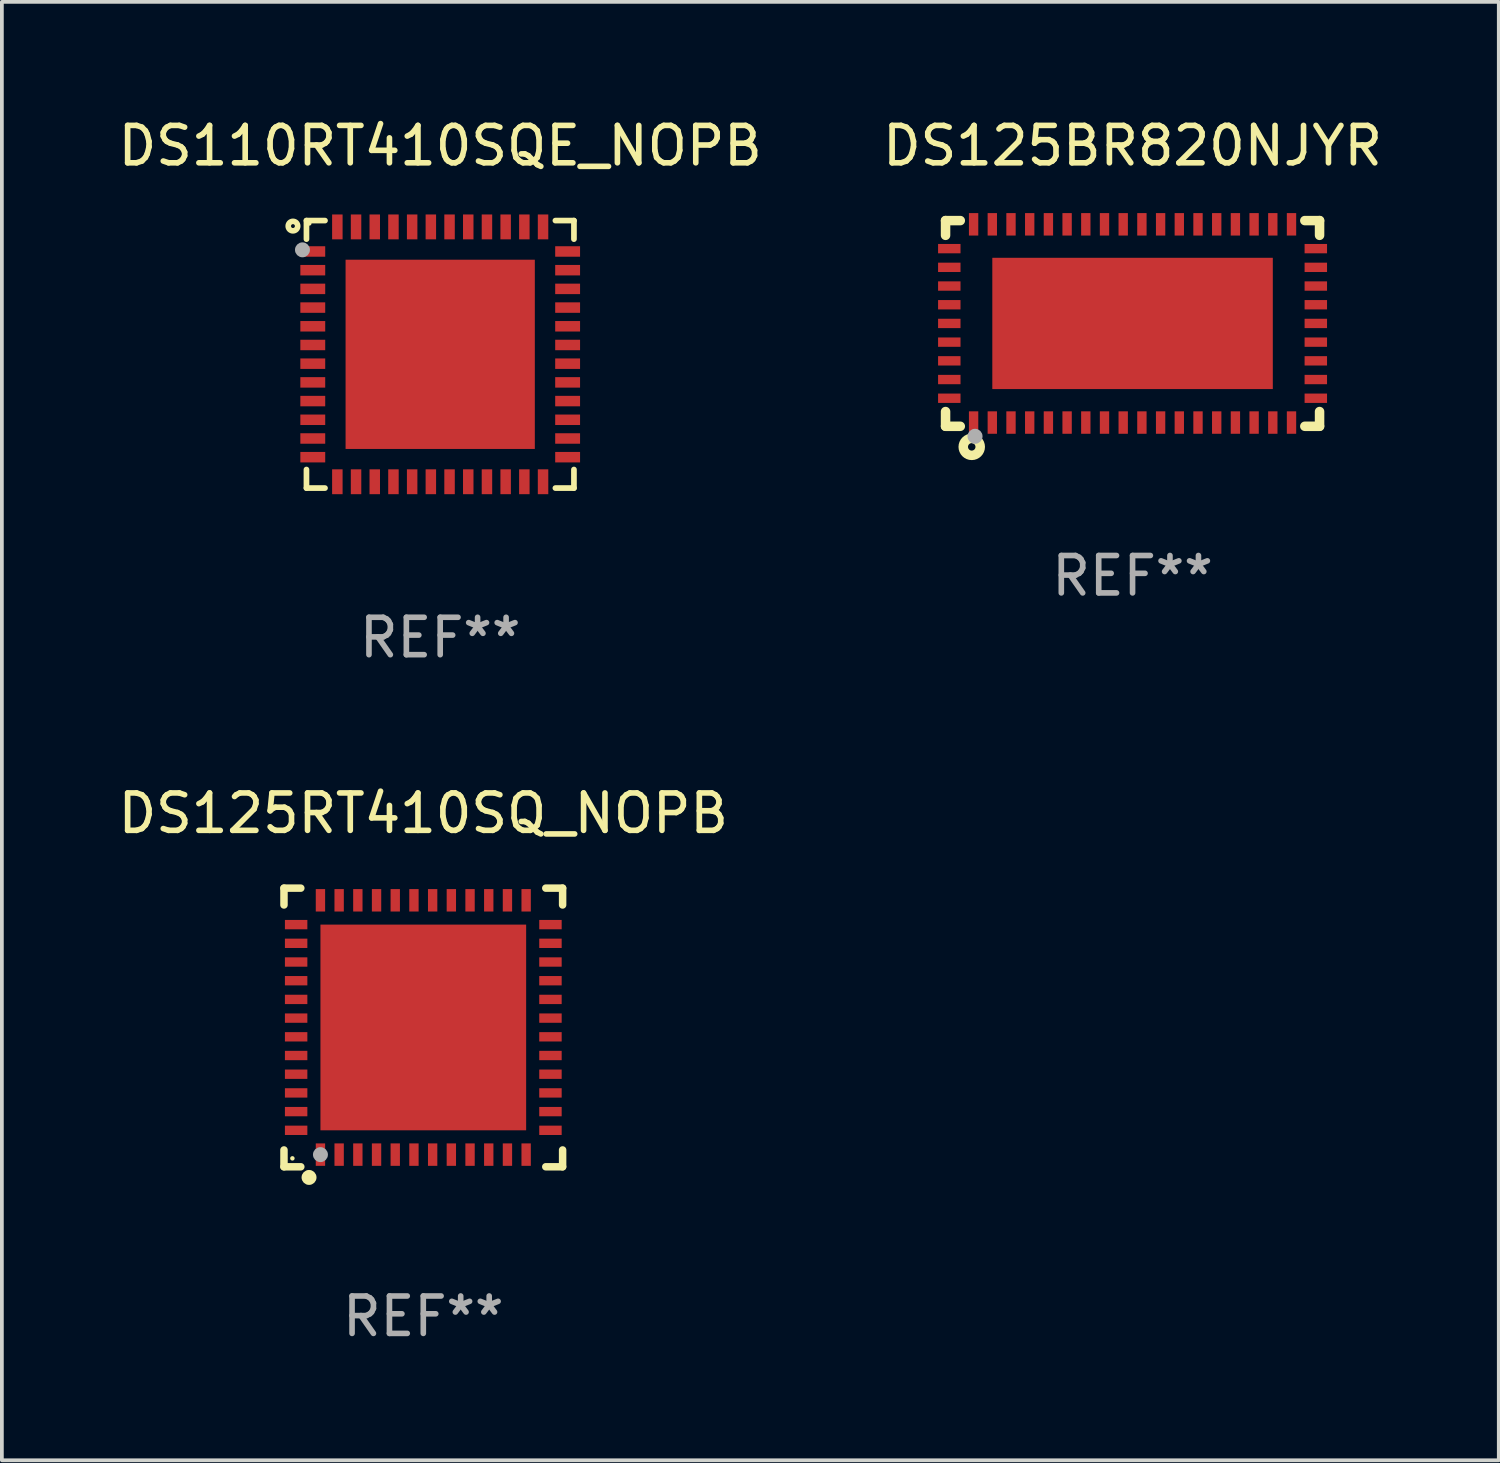
<source format=kicad_pcb>
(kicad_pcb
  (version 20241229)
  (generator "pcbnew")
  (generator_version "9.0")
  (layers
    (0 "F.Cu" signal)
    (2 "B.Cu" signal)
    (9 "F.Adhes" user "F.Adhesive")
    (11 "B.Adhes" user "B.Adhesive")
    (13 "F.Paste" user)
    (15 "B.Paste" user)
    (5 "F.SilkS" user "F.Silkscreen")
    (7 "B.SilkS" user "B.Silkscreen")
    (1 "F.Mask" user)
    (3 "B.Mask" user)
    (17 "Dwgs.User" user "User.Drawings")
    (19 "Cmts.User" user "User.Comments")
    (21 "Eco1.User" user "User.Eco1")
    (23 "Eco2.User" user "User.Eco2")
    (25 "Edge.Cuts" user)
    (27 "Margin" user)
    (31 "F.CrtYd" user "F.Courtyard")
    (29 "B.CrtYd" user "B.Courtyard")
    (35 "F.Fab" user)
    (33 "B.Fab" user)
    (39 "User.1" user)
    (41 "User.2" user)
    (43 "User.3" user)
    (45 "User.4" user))
  (footprint "DS110RT410SQE_NOPB"
    (layer "F.Cu")
    (at 8.72 6.424)
    (property "Reference" "DS110RT410SQE_NOPB" (at 0 -5.576 0) (layer "F.SilkS") (effects (font (size 1 1) (thickness 0.15))))
    (attr through_hole)
    (fp_line (start -3.576 -3.576) (end -3.576 -3.08) (stroke (width 0.152) (type solid)) (layer "F.SilkS"))
    (fp_line (start -3.576 3.576) (end -3.576 3.08) (stroke (width 0.152) (type solid)) (layer "F.SilkS"))
    (fp_line (start -3.08 -3.576) (end -3.576 -3.576) (stroke (width 0.152) (type solid)) (layer "F.SilkS"))
    (fp_line (start -3.08 3.576) (end -3.576 3.576) (stroke (width 0.152) (type solid)) (layer "F.SilkS"))
    (fp_line (start 3.08 -3.576) (end 3.576 -3.576) (stroke (width 0.152) (type solid)) (layer "F.SilkS"))
    (fp_line (start 3.08 3.576) (end 3.576 3.576) (stroke (width 0.152) (type solid)) (layer "F.SilkS"))
    (fp_line (start 3.576 -3.576) (end 3.576 -3.08) (stroke (width 0.152) (type solid)) (layer "F.SilkS"))
    (fp_line (start 3.576 3.576) (end 3.576 3.08) (stroke (width 0.152) (type solid)) (layer "F.SilkS"))
    (fp_circle (center -3.937 -3.429) (end -3.81 -3.429) (stroke (width 0.15) (type solid)) (fill no) (layer "F.SilkS"))
    (fp_circle (center -3.5 -3.5) (end -3.47 -3.5) (stroke (width 0.06) (type solid)) (fill no) (layer "F.SilkS"))
    (fp_circle (center -3.683 -2.794) (end -3.583 -2.794) (stroke (width 0.2) (type solid)) (fill no) (layer "F.Fab"))
    (fp_text user "REF**" (at 0 7.576 0) (layer "F.Fab") (effects (font (size 1 1) (thickness 0.15))))
    (pad "1" smd rect (at -3.407 -2.75) (size 0.665 0.28) (layers "F.Cu" "F.Mask" "F.Paste"))
    (pad "2" smd rect (at -3.407 -2.25) (size 0.665 0.28) (layers "F.Cu" "F.Mask" "F.Paste"))
    (pad "3" smd rect (at -3.407 -1.75) (size 0.665 0.28) (layers "F.Cu" "F.Mask" "F.Paste"))
    (pad "4" smd rect (at -3.407 -1.25) (size 0.665 0.28) (layers "F.Cu" "F.Mask" "F.Paste"))
    (pad "5" smd rect (at -3.407 -0.75) (size 0.665 0.28) (layers "F.Cu" "F.Mask" "F.Paste"))
    (pad "6" smd rect (at -3.407 -0.25) (size 0.665 0.28) (layers "F.Cu" "F.Mask" "F.Paste"))
    (pad "7" smd rect (at -3.407 0.25) (size 0.665 0.28) (layers "F.Cu" "F.Mask" "F.Paste"))
    (pad "8" smd rect (at -3.407 0.75) (size 0.665 0.28) (layers "F.Cu" "F.Mask" "F.Paste"))
    (pad "9" smd rect (at -3.407 1.25) (size 0.665 0.28) (layers "F.Cu" "F.Mask" "F.Paste"))
    (pad "10" smd rect (at -3.407 1.75) (size 0.665 0.28) (layers "F.Cu" "F.Mask" "F.Paste"))
    (pad "11" smd rect (at -3.407 2.25) (size 0.665 0.28) (layers "F.Cu" "F.Mask" "F.Paste"))
    (pad "12" smd rect (at -3.407 2.75) (size 0.665 0.28) (layers "F.Cu" "F.Mask" "F.Paste"))
    (pad "13" smd rect (at -2.75 3.407) (size 0.28 0.665) (layers "F.Cu" "F.Mask" "F.Paste"))
    (pad "14" smd rect (at -2.25 3.407) (size 0.28 0.665) (layers "F.Cu" "F.Mask" "F.Paste"))
    (pad "15" smd rect (at -1.75 3.407) (size 0.28 0.665) (layers "F.Cu" "F.Mask" "F.Paste"))
    (pad "16" smd rect (at -1.25 3.407) (size 0.28 0.665) (layers "F.Cu" "F.Mask" "F.Paste"))
    (pad "17" smd rect (at -0.75 3.407) (size 0.28 0.665) (layers "F.Cu" "F.Mask" "F.Paste"))
    (pad "18" smd rect (at -0.25 3.407) (size 0.28 0.665) (layers "F.Cu" "F.Mask" "F.Paste"))
    (pad "19" smd rect (at 0.25 3.407) (size 0.28 0.665) (layers "F.Cu" "F.Mask" "F.Paste"))
    (pad "20" smd rect (at 0.75 3.407) (size 0.28 0.665) (layers "F.Cu" "F.Mask" "F.Paste"))
    (pad "21" smd rect (at 1.25 3.407) (size 0.28 0.665) (layers "F.Cu" "F.Mask" "F.Paste"))
    (pad "22" smd rect (at 1.75 3.407) (size 0.28 0.665) (layers "F.Cu" "F.Mask" "F.Paste"))
    (pad "23" smd rect (at 2.25 3.407) (size 0.28 0.665) (layers "F.Cu" "F.Mask" "F.Paste"))
    (pad "24" smd rect (at 2.75 3.407) (size 0.28 0.665) (layers "F.Cu" "F.Mask" "F.Paste"))
    (pad "25" smd rect (at 3.407 2.75) (size 0.665 0.28) (layers "F.Cu" "F.Mask" "F.Paste"))
    (pad "26" smd rect (at 3.407 2.25) (size 0.665 0.28) (layers "F.Cu" "F.Mask" "F.Paste"))
    (pad "27" smd rect (at 3.407 1.75) (size 0.665 0.28) (layers "F.Cu" "F.Mask" "F.Paste"))
    (pad "28" smd rect (at 3.407 1.25) (size 0.665 0.28) (layers "F.Cu" "F.Mask" "F.Paste"))
    (pad "29" smd rect (at 3.407 0.75) (size 0.665 0.28) (layers "F.Cu" "F.Mask" "F.Paste"))
    (pad "30" smd rect (at 3.407 0.25) (size 0.665 0.28) (layers "F.Cu" "F.Mask" "F.Paste"))
    (pad "31" smd rect (at 3.407 -0.25) (size 0.665 0.28) (layers "F.Cu" "F.Mask" "F.Paste"))
    (pad "32" smd rect (at 3.407 -0.75) (size 0.665 0.28) (layers "F.Cu" "F.Mask" "F.Paste"))
    (pad "33" smd rect (at 3.407 -1.25) (size 0.665 0.28) (layers "F.Cu" "F.Mask" "F.Paste"))
    (pad "34" smd rect (at 3.407 -1.75) (size 0.665 0.28) (layers "F.Cu" "F.Mask" "F.Paste"))
    (pad "35" smd rect (at 3.407 -2.25) (size 0.665 0.28) (layers "F.Cu" "F.Mask" "F.Paste"))
    (pad "36" smd rect (at 3.407 -2.75) (size 0.665 0.28) (layers "F.Cu" "F.Mask" "F.Paste"))
    (pad "37" smd rect (at 2.75 -3.407) (size 0.28 0.665) (layers "F.Cu" "F.Mask" "F.Paste"))
    (pad "38" smd rect (at 2.25 -3.407) (size 0.28 0.665) (layers "F.Cu" "F.Mask" "F.Paste"))
    (pad "39" smd rect (at 1.75 -3.407) (size 0.28 0.665) (layers "F.Cu" "F.Mask" "F.Paste"))
    (pad "40" smd rect (at 1.25 -3.407) (size 0.28 0.665) (layers "F.Cu" "F.Mask" "F.Paste"))
    (pad "41" smd rect (at 0.75 -3.407) (size 0.28 0.665) (layers "F.Cu" "F.Mask" "F.Paste"))
    (pad "42" smd rect (at 0.25 -3.407) (size 0.28 0.665) (layers "F.Cu" "F.Mask" "F.Paste"))
    (pad "43" smd rect (at -0.25 -3.407) (size 0.28 0.665) (layers "F.Cu" "F.Mask" "F.Paste"))
    (pad "44" smd rect (at -0.75 -3.407) (size 0.28 0.665) (layers "F.Cu" "F.Mask" "F.Paste"))
    (pad "45" smd rect (at -1.25 -3.407) (size 0.28 0.665) (layers "F.Cu" "F.Mask" "F.Paste"))
    (pad "46" smd rect (at -1.75 -3.407) (size 0.28 0.665) (layers "F.Cu" "F.Mask" "F.Paste"))
    (pad "47" smd rect (at -2.25 -3.407) (size 0.28 0.665) (layers "F.Cu" "F.Mask" "F.Paste"))
    (pad "48" smd rect (at -2.75 -3.407) (size 0.28 0.665) (layers "F.Cu" "F.Mask" "F.Paste"))
    (pad "49" smd rect (at 0 0) (size 5.06 5.06) (layers "F.Cu" "F.Mask" "F.Paste")))
  (footprint "DS125RT410SQ_NOPB"
    (layer "F.Cu")
    (at 8.268 24.422)
    (property "Reference" "DS125RT410SQ_NOPB" (at 0 -5.725 0) (layer "F.SilkS") (effects (font (size 1 1) (thickness 0.15))))
    (attr through_hole)
    (fp_line (start -3.725 -3.725) (end -3.275 -3.725) (stroke (width 0.2) (type solid)) (layer "F.SilkS"))
    (fp_line (start -3.725 -3.275) (end -3.725 -3.725) (stroke (width 0.2) (type solid)) (layer "F.SilkS"))
    (fp_line (start -3.725 3.725) (end -3.725 3.275) (stroke (width 0.2) (type solid)) (layer "F.SilkS"))
    (fp_line (start -3.275 3.725) (end -3.725 3.725) (stroke (width 0.2) (type solid)) (layer "F.SilkS"))
    (fp_line (start 3.275 3.725) (end 3.725 3.725) (stroke (width 0.2) (type solid)) (layer "F.SilkS"))
    (fp_line (start 3.725 -3.725) (end 3.275 -3.725) (stroke (width 0.2) (type solid)) (layer "F.SilkS"))
    (fp_line (start 3.725 -3.275) (end 3.725 -3.725) (stroke (width 0.2) (type solid)) (layer "F.SilkS"))
    (fp_line (start 3.725 3.725) (end 3.725 3.275) (stroke (width 0.2) (type solid)) (layer "F.SilkS"))
    (fp_circle (center -3.5 3.5) (end -3.47 3.5) (stroke (width 0.06) (type solid)) (fill no) (layer "F.SilkS"))
    (fp_circle (center -3.055 4.01) (end -2.955 4.01) (stroke (width 0.2) (type solid)) (fill no) (layer "F.SilkS"))
    (fp_circle (center -2.75 3.4) (end -2.65 3.4) (stroke (width 0.2) (type solid)) (fill no) (layer "F.Fab"))
    (fp_text user "REF**" (at 0 7.725 0) (layer "F.Fab") (effects (font (size 1 1) (thickness 0.15))))
    (pad "1" smd rect (at -2.75 3.4 180) (size 0.25 0.6) (layers "F.Cu" "F.Mask" "F.Paste"))
    (pad "2" smd rect (at -2.25 3.4 180) (size 0.25 0.6) (layers "F.Cu" "F.Mask" "F.Paste"))
    (pad "3" smd rect (at -1.75 3.4 180) (size 0.25 0.6) (layers "F.Cu" "F.Mask" "F.Paste"))
    (pad "4" smd rect (at -1.25 3.4 180) (size 0.25 0.6) (layers "F.Cu" "F.Mask" "F.Paste"))
    (pad "5" smd rect (at -0.75 3.4 180) (size 0.25 0.6) (layers "F.Cu" "F.Mask" "F.Paste"))
    (pad "6" smd rect (at -0.25 3.4 180) (size 0.25 0.6) (layers "F.Cu" "F.Mask" "F.Paste"))
    (pad "7" smd rect (at 0.25 3.4 180) (size 0.25 0.6) (layers "F.Cu" "F.Mask" "F.Paste"))
    (pad "8" smd rect (at 0.75 3.4 180) (size 0.25 0.6) (layers "F.Cu" "F.Mask" "F.Paste"))
    (pad "9" smd rect (at 1.25 3.4 180) (size 0.25 0.6) (layers "F.Cu" "F.Mask" "F.Paste"))
    (pad "10" smd rect (at 1.75 3.4 180) (size 0.25 0.6) (layers "F.Cu" "F.Mask" "F.Paste"))
    (pad "11" smd rect (at 2.25 3.4 180) (size 0.25 0.6) (layers "F.Cu" "F.Mask" "F.Paste"))
    (pad "12" smd rect (at 2.75 3.4 180) (size 0.25 0.6) (layers "F.Cu" "F.Mask" "F.Paste"))
    (pad "13" smd rect (at 3.4 2.75 90) (size 0.25 0.6) (layers "F.Cu" "F.Mask" "F.Paste"))
    (pad "14" smd rect (at 3.4 2.25 90) (size 0.25 0.6) (layers "F.Cu" "F.Mask" "F.Paste"))
    (pad "15" smd rect (at 3.4 1.75 90) (size 0.25 0.6) (layers "F.Cu" "F.Mask" "F.Paste"))
    (pad "16" smd rect (at 3.4 1.25 90) (size 0.25 0.6) (layers "F.Cu" "F.Mask" "F.Paste"))
    (pad "17" smd rect (at 3.4 0.75 90) (size 0.25 0.6) (layers "F.Cu" "F.Mask" "F.Paste"))
    (pad "18" smd rect (at 3.4 0.25 90) (size 0.25 0.6) (layers "F.Cu" "F.Mask" "F.Paste"))
    (pad "19" smd rect (at 3.4 -0.25 90) (size 0.25 0.6) (layers "F.Cu" "F.Mask" "F.Paste"))
    (pad "20" smd rect (at 3.4 -0.75 90) (size 0.25 0.6) (layers "F.Cu" "F.Mask" "F.Paste"))
    (pad "21" smd rect (at 3.4 -1.25 90) (size 0.25 0.6) (layers "F.Cu" "F.Mask" "F.Paste"))
    (pad "22" smd rect (at 3.4 -1.75 90) (size 0.25 0.6) (layers "F.Cu" "F.Mask" "F.Paste"))
    (pad "23" smd rect (at 3.4 -2.25 90) (size 0.25 0.6) (layers "F.Cu" "F.Mask" "F.Paste"))
    (pad "24" smd rect (at 3.4 -2.75 90) (size 0.25 0.6) (layers "F.Cu" "F.Mask" "F.Paste"))
    (pad "25" smd rect (at 2.75 -3.4 180) (size 0.25 0.6) (layers "F.Cu" "F.Mask" "F.Paste"))
    (pad "26" smd rect (at 2.25 -3.4 180) (size 0.25 0.6) (layers "F.Cu" "F.Mask" "F.Paste"))
    (pad "27" smd rect (at 1.75 -3.4 180) (size 0.25 0.6) (layers "F.Cu" "F.Mask" "F.Paste"))
    (pad "28" smd rect (at 1.25 -3.4 180) (size 0.25 0.6) (layers "F.Cu" "F.Mask" "F.Paste"))
    (pad "29" smd rect (at 0.75 -3.4 180) (size 0.25 0.6) (layers "F.Cu" "F.Mask" "F.Paste"))
    (pad "30" smd rect (at 0.25 -3.4 180) (size 0.25 0.6) (layers "F.Cu" "F.Mask" "F.Paste"))
    (pad "31" smd rect (at -0.25 -3.4 180) (size 0.25 0.6) (layers "F.Cu" "F.Mask" "F.Paste"))
    (pad "32" smd rect (at -0.75 -3.4 180) (size 0.25 0.6) (layers "F.Cu" "F.Mask" "F.Paste"))
    (pad "33" smd rect (at -1.25 -3.4 180) (size 0.25 0.6) (layers "F.Cu" "F.Mask" "F.Paste"))
    (pad "34" smd rect (at -1.75 -3.4 180) (size 0.25 0.6) (layers "F.Cu" "F.Mask" "F.Paste"))
    (pad "35" smd rect (at -2.25 -3.4 180) (size 0.25 0.6) (layers "F.Cu" "F.Mask" "F.Paste"))
    (pad "36" smd rect (at -2.75 -3.4 180) (size 0.25 0.6) (layers "F.Cu" "F.Mask" "F.Paste"))
    (pad "37" smd rect (at -3.4 -2.75 90) (size 0.25 0.6) (layers "F.Cu" "F.Mask" "F.Paste"))
    (pad "38" smd rect (at -3.4 -2.25 90) (size 0.25 0.6) (layers "F.Cu" "F.Mask" "F.Paste"))
    (pad "39" smd rect (at -3.4 -1.75 90) (size 0.25 0.6) (layers "F.Cu" "F.Mask" "F.Paste"))
    (pad "40" smd rect (at -3.4 -1.25 90) (size 0.25 0.6) (layers "F.Cu" "F.Mask" "F.Paste"))
    (pad "41" smd rect (at -3.4 -0.75 90) (size 0.25 0.6) (layers "F.Cu" "F.Mask" "F.Paste"))
    (pad "42" smd rect (at -3.4 -0.25 90) (size 0.25 0.6) (layers "F.Cu" "F.Mask" "F.Paste"))
    (pad "43" smd rect (at -3.4 0.25 90) (size 0.25 0.6) (layers "F.Cu" "F.Mask" "F.Paste"))
    (pad "44" smd rect (at -3.4 0.75 90) (size 0.25 0.6) (layers "F.Cu" "F.Mask" "F.Paste"))
    (pad "45" smd rect (at -3.4 1.25 90) (size 0.25 0.6) (layers "F.Cu" "F.Mask" "F.Paste"))
    (pad "46" smd rect (at -3.4 1.75 90) (size 0.25 0.6) (layers "F.Cu" "F.Mask" "F.Paste"))
    (pad "47" smd rect (at -3.4 2.25 90) (size 0.25 0.6) (layers "F.Cu" "F.Mask" "F.Paste"))
    (pad "48" smd rect (at -3.4 2.75 90) (size 0.25 0.6) (layers "F.Cu" "F.Mask" "F.Paste"))
    (pad "49" smd rect (at -0.000076 -0.000076 90) (size 5.5 5.5) (layers "F.Cu" "F.Mask" "F.Paste")))
  (footprint "DS125BR820NJYR"
    (layer "F.Cu")
    (at 27.232 5.598)
    (property "Reference" "DS125BR820NJYR" (at 0 -4.75 0) (layer "F.SilkS") (effects (font (size 1 1) (thickness 0.15))))
    (attr through_hole)
    (fp_line (start -5 -2.75) (end -4.606 -2.75) (stroke (width 0.254) (type solid)) (layer "F.SilkS"))
    (fp_line (start -5 -2.356) (end -5 -2.75) (stroke (width 0.254) (type solid)) (layer "F.SilkS"))
    (fp_line (start -5 2.75) (end -5 2.356) (stroke (width 0.254) (type solid)) (layer "F.SilkS"))
    (fp_line (start -4.606 2.75) (end -5 2.75) (stroke (width 0.254) (type solid)) (layer "F.SilkS"))
    (fp_line (start 4.606 -2.75) (end 5 -2.75) (stroke (width 0.254) (type solid)) (layer "F.SilkS"))
    (fp_line (start 5 -2.75) (end 5 -2.356) (stroke (width 0.254) (type solid)) (layer "F.SilkS"))
    (fp_line (start 5 2.356) (end 5 2.75) (stroke (width 0.254) (type solid)) (layer "F.SilkS"))
    (fp_line (start 5 2.75) (end 4.606 2.75) (stroke (width 0.254) (type solid)) (layer "F.SilkS"))
    (fp_circle (center -5 2.75) (end -4.97 2.75) (stroke (width 0.06) (type solid)) (fill no) (layer "F.SilkS"))
    (fp_circle (center -4.3 3.3) (end -4.2 3.3) (stroke (width 0.254) (type solid)) (fill no) (layer "F.SilkS"))
    (fp_circle (center -4.212 3.018) (end -4.111 3.018) (stroke (width 0.2) (type solid)) (fill no) (layer "F.Fab"))
    (fp_text user "REF**" (at 0 6.75 0) (layer "F.Fab") (effects (font (size 1 1) (thickness 0.15))))
    (pad "1" smd rect (at -4.25 2.65 270) (size 0.6 0.25) (layers "F.Cu" "F.Mask" "F.Paste"))
    (pad "2" smd rect (at -3.75 2.65 270) (size 0.6 0.25) (layers "F.Cu" "F.Mask" "F.Paste"))
    (pad "3" smd rect (at -3.25 2.65 270) (size 0.6 0.25) (layers "F.Cu" "F.Mask" "F.Paste"))
    (pad "4" smd rect (at -2.75 2.65 270) (size 0.6 0.25) (layers "F.Cu" "F.Mask" "F.Paste"))
    (pad "5" smd rect (at -2.25 2.65 270) (size 0.6 0.25) (layers "F.Cu" "F.Mask" "F.Paste"))
    (pad "6" smd rect (at -1.75 2.65 270) (size 0.6 0.25) (layers "F.Cu" "F.Mask" "F.Paste"))
    (pad "7" smd rect (at -1.25 2.65 270) (size 0.6 0.25) (layers "F.Cu" "F.Mask" "F.Paste"))
    (pad "8" smd rect (at -0.75 2.65 270) (size 0.6 0.25) (layers "F.Cu" "F.Mask" "F.Paste"))
    (pad "9" smd rect (at -0.25 2.65 270) (size 0.6 0.25) (layers "F.Cu" "F.Mask" "F.Paste"))
    (pad "10" smd rect (at 0.25 2.65 270) (size 0.6 0.25) (layers "F.Cu" "F.Mask" "F.Paste"))
    (pad "11" smd rect (at 0.75 2.65 270) (size 0.6 0.25) (layers "F.Cu" "F.Mask" "F.Paste"))
    (pad "12" smd rect (at 1.25 2.65 270) (size 0.6 0.25) (layers "F.Cu" "F.Mask" "F.Paste"))
    (pad "13" smd rect (at 1.75 2.65 270) (size 0.6 0.25) (layers "F.Cu" "F.Mask" "F.Paste"))
    (pad "14" smd rect (at 2.25 2.65 270) (size 0.6 0.25) (layers "F.Cu" "F.Mask" "F.Paste"))
    (pad "15" smd rect (at 2.75 2.65 270) (size 0.6 0.25) (layers "F.Cu" "F.Mask" "F.Paste"))
    (pad "16" smd rect (at 3.25 2.65 270) (size 0.6 0.25) (layers "F.Cu" "F.Mask" "F.Paste"))
    (pad "17" smd rect (at 3.75 2.65 270) (size 0.6 0.25) (layers "F.Cu" "F.Mask" "F.Paste"))
    (pad "18" smd rect (at 4.25 2.65 270) (size 0.6 0.25) (layers "F.Cu" "F.Mask" "F.Paste"))
    (pad "19" smd rect (at 4.9 2 270) (size 0.25 0.6) (layers "F.Cu" "F.Mask" "F.Paste"))
    (pad "20" smd rect (at 4.9 1.5 270) (size 0.25 0.6) (layers "F.Cu" "F.Mask" "F.Paste"))
    (pad "21" smd rect (at 4.9 1 270) (size 0.25 0.6) (layers "F.Cu" "F.Mask" "F.Paste"))
    (pad "22" smd rect (at 4.9 0.5 270) (size 0.25 0.6) (layers "F.Cu" "F.Mask" "F.Paste"))
    (pad "23" smd rect (at 4.9 -0.000076 270) (size 0.25 0.6) (layers "F.Cu" "F.Mask" "F.Paste"))
    (pad "24" smd rect (at 4.9 -0.5 270) (size 0.25 0.6) (layers "F.Cu" "F.Mask" "F.Paste"))
    (pad "25" smd rect (at 4.9 -1 270) (size 0.25 0.6) (layers "F.Cu" "F.Mask" "F.Paste"))
    (pad "26" smd rect (at 4.9 -1.5 270) (size 0.25 0.6) (layers "F.Cu" "F.Mask" "F.Paste"))
    (pad "27" smd rect (at 4.9 -2 270) (size 0.25 0.6) (layers "F.Cu" "F.Mask" "F.Paste"))
    (pad "28" smd rect (at 4.25 -2.65 270) (size 0.6 0.25) (layers "F.Cu" "F.Mask" "F.Paste"))
    (pad "29" smd rect (at 3.75 -2.65 270) (size 0.6 0.25) (layers "F.Cu" "F.Mask" "F.Paste"))
    (pad "30" smd rect (at 3.25 -2.65 270) (size 0.6 0.25) (layers "F.Cu" "F.Mask" "F.Paste"))
    (pad "31" smd rect (at 2.75 -2.65 270) (size 0.6 0.25) (layers "F.Cu" "F.Mask" "F.Paste"))
    (pad "32" smd rect (at 2.25 -2.65 270) (size 0.6 0.25) (layers "F.Cu" "F.Mask" "F.Paste"))
    (pad "33" smd rect (at 1.75 -2.65 270) (size 0.6 0.25) (layers "F.Cu" "F.Mask" "F.Paste"))
    (pad "34" smd rect (at 1.25 -2.65 270) (size 0.6 0.25) (layers "F.Cu" "F.Mask" "F.Paste"))
    (pad "35" smd rect (at 0.75 -2.65 270) (size 0.6 0.25) (layers "F.Cu" "F.Mask" "F.Paste"))
    (pad "36" smd rect (at 0.25 -2.65 270) (size 0.6 0.25) (layers "F.Cu" "F.Mask" "F.Paste"))
    (pad "37" smd rect (at -0.25 -2.65 270) (size 0.6 0.25) (layers "F.Cu" "F.Mask" "F.Paste"))
    (pad "38" smd rect (at -0.75 -2.65 270) (size 0.6 0.25) (layers "F.Cu" "F.Mask" "F.Paste"))
    (pad "39" smd rect (at -1.25 -2.65 270) (size 0.6 0.25) (layers "F.Cu" "F.Mask" "F.Paste"))
    (pad "40" smd rect (at -1.75 -2.65 270) (size 0.6 0.25) (layers "F.Cu" "F.Mask" "F.Paste"))
    (pad "41" smd rect (at -2.25 -2.65 270) (size 0.6 0.25) (layers "F.Cu" "F.Mask" "F.Paste"))
    (pad "42" smd rect (at -2.75 -2.65 270) (size 0.6 0.25) (layers "F.Cu" "F.Mask" "F.Paste"))
    (pad "43" smd rect (at -3.25 -2.65 270) (size 0.6 0.25) (layers "F.Cu" "F.Mask" "F.Paste"))
    (pad "44" smd rect (at -3.75 -2.65 270) (size 0.6 0.25) (layers "F.Cu" "F.Mask" "F.Paste"))
    (pad "45" smd rect (at -4.25 -2.65 270) (size 0.6 0.25) (layers "F.Cu" "F.Mask" "F.Paste"))
    (pad "46" smd rect (at -4.9 -2 270) (size 0.25 0.6) (layers "F.Cu" "F.Mask" "F.Paste"))
    (pad "47" smd rect (at -4.9 -1.5 270) (size 0.25 0.6) (layers "F.Cu" "F.Mask" "F.Paste"))
    (pad "48" smd rect (at -4.9 -1 270) (size 0.25 0.6) (layers "F.Cu" "F.Mask" "F.Paste"))
    (pad "49" smd rect (at -4.9 -0.5 270) (size 0.25 0.6) (layers "F.Cu" "F.Mask" "F.Paste"))
    (pad "50" smd rect (at -4.9 -0.000076 270) (size 0.25 0.6) (layers "F.Cu" "F.Mask" "F.Paste"))
    (pad "51" smd rect (at -4.9 0.5 270) (size 0.25 0.6) (layers "F.Cu" "F.Mask" "F.Paste"))
    (pad "52" smd rect (at -4.9 1 270) (size 0.25 0.6) (layers "F.Cu" "F.Mask" "F.Paste"))
    (pad "53" smd rect (at -4.9 1.5 270) (size 0.25 0.6) (layers "F.Cu" "F.Mask" "F.Paste"))
    (pad "54" smd rect (at -4.9 2 270) (size 0.25 0.6) (layers "F.Cu" "F.Mask" "F.Paste"))
    (pad "55" smd rect (at 0.000064 -0.000076 270) (size 3.51 7.5) (layers "F.Cu" "F.Mask" "F.Paste")))
  (gr_rect
    (start -3 -3)
    (end 37.024 35.995)
    (stroke (width 0.1) (type default))
    (fill no)
    (layer "Edge.Cuts")))
</source>
